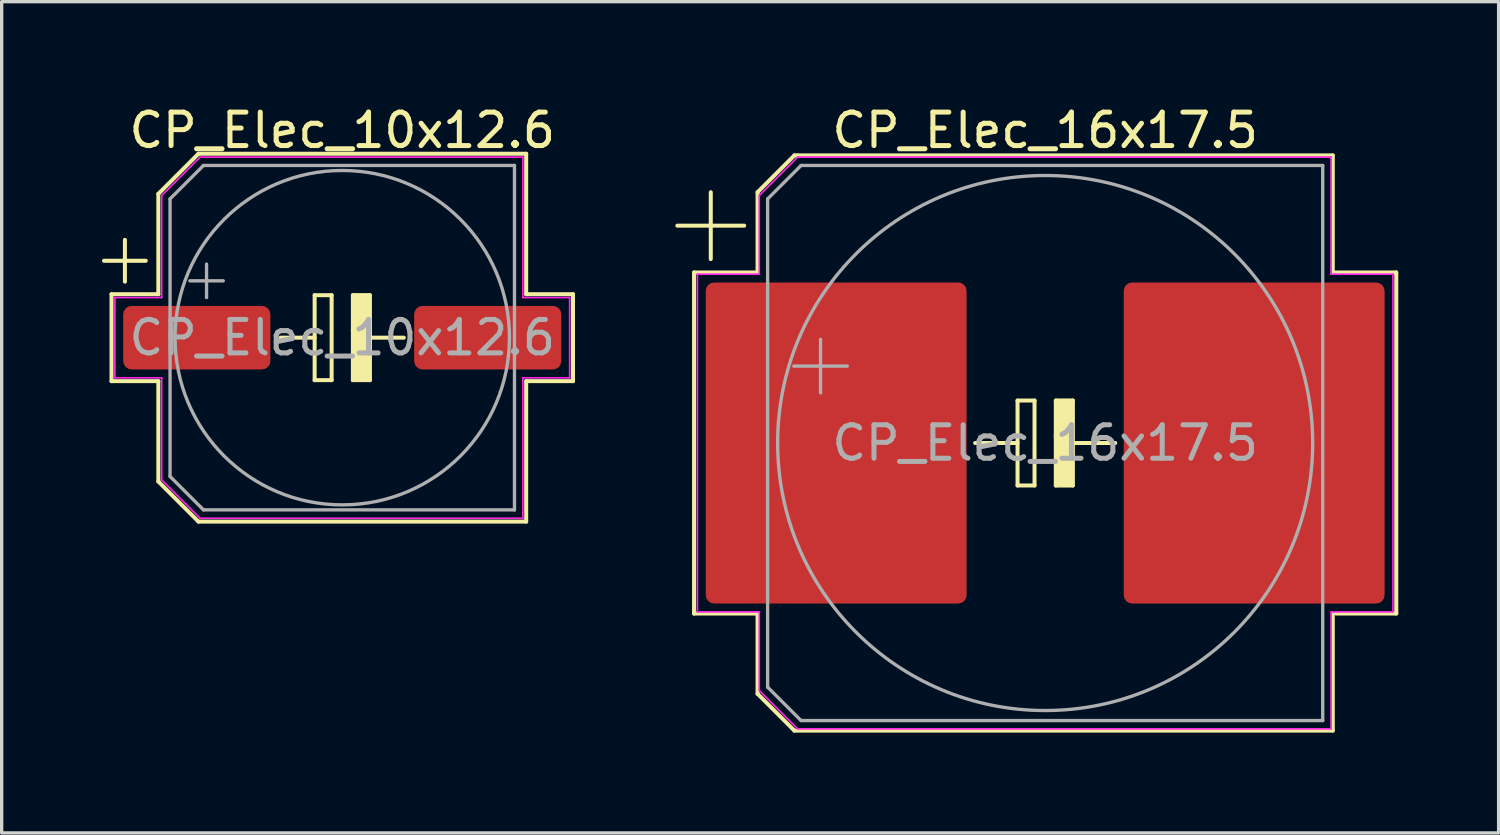
<source format=kicad_pcb>
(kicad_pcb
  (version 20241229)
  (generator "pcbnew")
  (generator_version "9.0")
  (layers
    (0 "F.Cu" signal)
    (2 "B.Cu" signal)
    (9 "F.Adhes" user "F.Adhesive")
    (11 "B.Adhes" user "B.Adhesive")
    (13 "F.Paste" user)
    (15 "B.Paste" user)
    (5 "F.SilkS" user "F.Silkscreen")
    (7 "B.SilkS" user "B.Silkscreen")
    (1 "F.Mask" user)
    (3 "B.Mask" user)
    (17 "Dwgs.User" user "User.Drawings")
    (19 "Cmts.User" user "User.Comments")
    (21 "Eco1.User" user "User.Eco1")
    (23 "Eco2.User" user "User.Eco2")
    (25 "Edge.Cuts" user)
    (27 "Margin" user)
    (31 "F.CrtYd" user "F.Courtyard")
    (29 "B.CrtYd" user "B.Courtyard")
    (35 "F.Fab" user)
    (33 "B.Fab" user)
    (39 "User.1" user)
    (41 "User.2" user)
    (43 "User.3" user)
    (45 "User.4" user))
  (footprint "CP_Elec_16x17.5"
    (layer "F.Cu")
    (at 28.205 10.198)
    (property "Reference" "CP_Elec_16x17.5" (at 0 -9.35 0) (layer "F.SilkS") (effects (font (size 1 1) (thickness 0.15))))
    (attr smd)
    (fp_line (start -11 -6.5) (end -9 -6.5) (stroke (width 0.12) (type solid)) (layer "F.SilkS"))
    (fp_line (start -10.5 -5.1) (end -10.5 5.1) (stroke (width 0.12) (type solid)) (layer "F.SilkS"))
    (fp_line (start -10.5 5.1) (end -8.6 5.1) (stroke (width 0.12) (type solid)) (layer "F.SilkS"))
    (fp_line (start -10 -7.5) (end -10 -5.5) (stroke (width 0.12) (type solid)) (layer "F.SilkS"))
    (fp_line (start -8.6 -7.5) (end -8.6 -5.1) (stroke (width 0.12) (type solid)) (layer "F.SilkS"))
    (fp_line (start -8.6 -5.1) (end -10.5 -5.1) (stroke (width 0.12) (type solid)) (layer "F.SilkS"))
    (fp_line (start -8.6 5.1) (end -8.6 7.5) (stroke (width 0.12) (type solid)) (layer "F.SilkS"))
    (fp_line (start -8.6 7.5) (end -7.5 8.6) (stroke (width 0.12) (type solid)) (layer "F.SilkS"))
    (fp_line (start -7.5 -8.6) (end -8.6 -7.5) (stroke (width 0.12) (type solid)) (layer "F.SilkS"))
    (fp_line (start -7.5 8.6) (end 8.6 8.6) (stroke (width 0.12) (type solid)) (layer "F.SilkS"))
    (fp_line (start -7.4 -8.6) (end -7.5 -8.6) (stroke (width 0.12) (type solid)) (layer "F.SilkS"))
    (fp_line (start -2.095 0) (end -0.826 0) (stroke (width 0.12) (type solid)) (layer "F.SilkS"))
    (fp_line (start -0.826 1.27) (end -0.826 -1.27) (stroke (width 0.12) (type solid)) (layer "F.SilkS"))
    (fp_line (start -0.318 -1.27) (end -0.826 -1.27) (stroke (width 0.12) (type solid)) (layer "F.SilkS"))
    (fp_line (start -0.318 -1.27) (end -0.318 1.27) (stroke (width 0.12) (type solid)) (layer "F.SilkS"))
    (fp_line (start -0.318 1.27) (end -0.826 1.27) (stroke (width 0.12) (type solid)) (layer "F.SilkS"))
    (fp_line (start 0.318 -1.27) (end 0.318 -0.191) (stroke (width 0.12) (type solid)) (layer "F.SilkS"))
    (fp_line (start 0.318 -0.254) (end 0.318 1.27) (stroke (width 0.12) (type solid)) (layer "F.SilkS"))
    (fp_line (start 0.318 1.27) (end 0.826 1.27) (stroke (width 0.12) (type solid)) (layer "F.SilkS"))
    (fp_line (start 0.826 -1.27) (end 0.318 -1.27) (stroke (width 0.12) (type solid)) (layer "F.SilkS"))
    (fp_line (start 0.826 0) (end 2.095 0) (stroke (width 0.12) (type solid)) (layer "F.SilkS"))
    (fp_line (start 0.826 1.27) (end 0.826 -1.27) (stroke (width 0.12) (type solid)) (layer "F.SilkS"))
    (fp_line (start 8.6 -8.6) (end -7.4 -8.6) (stroke (width 0.12) (type solid)) (layer "F.SilkS"))
    (fp_line (start 8.6 -5.1) (end 8.6 -8.6) (stroke (width 0.12) (type solid)) (layer "F.SilkS"))
    (fp_line (start 8.6 8.6) (end 8.6 5.1) (stroke (width 0.12) (type solid)) (layer "F.SilkS"))
    (fp_line (start 8.7 5.1) (end 10.5 5.1) (stroke (width 0.12) (type solid)) (layer "F.SilkS"))
    (fp_line (start 10.5 -5.1) (end 8.6 -5.1) (stroke (width 0.12) (type solid)) (layer "F.SilkS"))
    (fp_line (start 10.5 5.1) (end 10.5 -5.1) (stroke (width 0.12) (type solid)) (layer "F.SilkS"))
    (fp_poly (pts (xy 0.826 1.27) (xy 0.318 1.27) (xy 0.318 -1.27) (xy 0.826 -1.27)) (stroke (width 0.1) (type solid)) (fill yes) (layer "F.SilkS"))
    (fp_line (start -10.4 -5.05) (end -10.4 5.05) (stroke (width 0.05) (type solid)) (layer "F.CrtYd"))
    (fp_line (start -10.4 5.05) (end -8.55 5.05) (stroke (width 0.05) (type solid)) (layer "F.CrtYd"))
    (fp_line (start -8.55 -7.4) (end -8.55 -5.05) (stroke (width 0.05) (type solid)) (layer "F.CrtYd"))
    (fp_line (start -8.55 -7.4) (end -7.4 -8.55) (stroke (width 0.05) (type solid)) (layer "F.CrtYd"))
    (fp_line (start -8.55 -5.05) (end -10.4 -5.05) (stroke (width 0.05) (type solid)) (layer "F.CrtYd"))
    (fp_line (start -8.55 5.05) (end -8.55 7.4) (stroke (width 0.05) (type solid)) (layer "F.CrtYd"))
    (fp_line (start -8.55 7.4) (end -7.4 8.55) (stroke (width 0.05) (type solid)) (layer "F.CrtYd"))
    (fp_line (start -7.4 -8.55) (end 8.55 -8.55) (stroke (width 0.05) (type solid)) (layer "F.CrtYd"))
    (fp_line (start -7.4 8.55) (end 8.55 8.55) (stroke (width 0.05) (type solid)) (layer "F.CrtYd"))
    (fp_line (start 8.55 -8.55) (end 8.55 -5.05) (stroke (width 0.05) (type solid)) (layer "F.CrtYd"))
    (fp_line (start 8.55 -5.05) (end 10.4 -5.05) (stroke (width 0.05) (type solid)) (layer "F.CrtYd"))
    (fp_line (start 8.55 5.05) (end 8.55 8.55) (stroke (width 0.05) (type solid)) (layer "F.CrtYd"))
    (fp_line (start 10.4 -5.05) (end 10.4 5.05) (stroke (width 0.05) (type solid)) (layer "F.CrtYd"))
    (fp_line (start 10.4 5.05) (end 8.55 5.05) (stroke (width 0.05) (type solid)) (layer "F.CrtYd"))
    (fp_line (start -8.3 -7.3) (end -8.3 7.3) (stroke (width 0.1) (type solid)) (layer "F.Fab"))
    (fp_line (start -8.3 -7.3) (end -7.3 -8.3) (stroke (width 0.1) (type solid)) (layer "F.Fab"))
    (fp_line (start -8.3 7.3) (end -7.3 8.3) (stroke (width 0.1) (type solid)) (layer "F.Fab"))
    (fp_line (start -7.517 -2.3) (end -5.917 -2.3) (stroke (width 0.1) (type solid)) (layer "F.Fab"))
    (fp_line (start -7.3 -8.3) (end 8.3 -8.3) (stroke (width 0.1) (type solid)) (layer "F.Fab"))
    (fp_line (start -7.3 8.3) (end 8.3 8.3) (stroke (width 0.1) (type solid)) (layer "F.Fab"))
    (fp_line (start -6.717 -3.1) (end -6.717 -1.5) (stroke (width 0.1) (type solid)) (layer "F.Fab"))
    (fp_line (start 8.3 -8.3) (end 8.3 8.3) (stroke (width 0.1) (type solid)) (layer "F.Fab"))
    (fp_circle (center 0 0) (end 8 0) (stroke (width 0.1) (type solid)) (fill no) (layer "F.Fab"))
    (fp_text user "${REFERENCE}" (at 0 0 0) (layer "F.Fab") (effects (font (size 1 1) (thickness 0.15))))
    (pad "1" smd roundrect (at -6.25 0) (size 7.8 9.6) (layers "F.Cu" "F.Mask" "F.Paste") (roundrect_rratio 0.032))
    (pad "2" smd roundrect (at 6.25 0) (size 7.8 9.6) (layers "F.Cu" "F.Mask" "F.Paste") (roundrect_rratio 0.032)))
  (footprint "CP_Elec_10x12.6"
    (layer "F.Cu")
    (at 7.185 7.048)
    (property "Reference" "CP_Elec_10x12.6" (at 0 -6.2 0) (layer "F.SilkS") (effects (font (size 1 1) (thickness 0.15))))
    (attr smd)
    (fp_line (start -7.125 -2.3) (end -5.875 -2.3) (stroke (width 0.12) (type solid)) (layer "F.SilkS"))
    (fp_line (start -6.9 -1.3) (end -6.9 1.3) (stroke (width 0.12) (type solid)) (layer "F.SilkS"))
    (fp_line (start -6.9 1.3) (end -5.5 1.3) (stroke (width 0.12) (type solid)) (layer "F.SilkS"))
    (fp_line (start -6.5 -2.925) (end -6.5 -1.675) (stroke (width 0.12) (type solid)) (layer "F.SilkS"))
    (fp_line (start -5.5 -4.3) (end -5.5 -1.3) (stroke (width 0.12) (type solid)) (layer "F.SilkS"))
    (fp_line (start -5.5 -1.3) (end -6.9 -1.3) (stroke (width 0.12) (type solid)) (layer "F.SilkS"))
    (fp_line (start -5.5 1.3) (end -5.5 4.3) (stroke (width 0.12) (type solid)) (layer "F.SilkS"))
    (fp_line (start -5.5 4.3) (end -4.3 5.5) (stroke (width 0.12) (type solid)) (layer "F.SilkS"))
    (fp_line (start -4.3 -5.5) (end -5.5 -4.3) (stroke (width 0.12) (type solid)) (layer "F.SilkS"))
    (fp_line (start -4.3 5.5) (end 5.5 5.5) (stroke (width 0.12) (type solid)) (layer "F.SilkS"))
    (fp_line (start -1.841 0) (end -0.826 0) (stroke (width 0.12) (type solid)) (layer "F.SilkS"))
    (fp_line (start -0.826 1.27) (end -0.826 -1.27) (stroke (width 0.12) (type solid)) (layer "F.SilkS"))
    (fp_line (start -0.318 -1.27) (end -0.826 -1.27) (stroke (width 0.12) (type solid)) (layer "F.SilkS"))
    (fp_line (start -0.318 -1.27) (end -0.318 1.27) (stroke (width 0.12) (type solid)) (layer "F.SilkS"))
    (fp_line (start -0.318 1.27) (end -0.826 1.27) (stroke (width 0.12) (type solid)) (layer "F.SilkS"))
    (fp_line (start 0.318 -1.27) (end 0.318 -0.191) (stroke (width 0.12) (type solid)) (layer "F.SilkS"))
    (fp_line (start 0.318 -0.254) (end 0.318 1.27) (stroke (width 0.12) (type solid)) (layer "F.SilkS"))
    (fp_line (start 0.318 1.27) (end 0.826 1.27) (stroke (width 0.12) (type solid)) (layer "F.SilkS"))
    (fp_line (start 0.826 -1.27) (end 0.318 -1.27) (stroke (width 0.12) (type solid)) (layer "F.SilkS"))
    (fp_line (start 0.826 0) (end 1.841 0) (stroke (width 0.12) (type solid)) (layer "F.SilkS"))
    (fp_line (start 0.826 1.27) (end 0.826 -1.27) (stroke (width 0.12) (type solid)) (layer "F.SilkS"))
    (fp_line (start 5.5 -5.5) (end -4.3 -5.5) (stroke (width 0.12) (type solid)) (layer "F.SilkS"))
    (fp_line (start 5.5 -1.3) (end 5.5 -5.5) (stroke (width 0.12) (type solid)) (layer "F.SilkS"))
    (fp_line (start 5.5 1.3) (end 6.9 1.3) (stroke (width 0.12) (type solid)) (layer "F.SilkS"))
    (fp_line (start 5.5 5.5) (end 5.5 1.3) (stroke (width 0.12) (type solid)) (layer "F.SilkS"))
    (fp_line (start 6.9 -1.3) (end 5.5 -1.3) (stroke (width 0.12) (type solid)) (layer "F.SilkS"))
    (fp_line (start 6.9 1.3) (end 6.9 -1.3) (stroke (width 0.12) (type solid)) (layer "F.SilkS"))
    (fp_poly (pts (xy 0.826 1.27) (xy 0.318 1.27) (xy 0.318 -1.27) (xy 0.826 -1.27)) (stroke (width 0.1) (type solid)) (fill yes) (layer "F.SilkS"))
    (fp_line (start -6.8 -1.2) (end -6.8 1.2) (stroke (width 0.05) (type solid)) (layer "F.CrtYd"))
    (fp_line (start -6.8 1.2) (end -5.4 1.2) (stroke (width 0.05) (type solid)) (layer "F.CrtYd"))
    (fp_line (start -5.4 -4.25) (end -5.4 -1.2) (stroke (width 0.05) (type solid)) (layer "F.CrtYd"))
    (fp_line (start -5.4 -4.25) (end -4.25 -5.4) (stroke (width 0.05) (type solid)) (layer "F.CrtYd"))
    (fp_line (start -5.4 -1.2) (end -6.8 -1.2) (stroke (width 0.05) (type solid)) (layer "F.CrtYd"))
    (fp_line (start -5.4 1.2) (end -5.4 4.25) (stroke (width 0.05) (type solid)) (layer "F.CrtYd"))
    (fp_line (start -5.4 4.25) (end -4.25 5.4) (stroke (width 0.05) (type solid)) (layer "F.CrtYd"))
    (fp_line (start -4.25 -5.4) (end 5.4 -5.4) (stroke (width 0.05) (type solid)) (layer "F.CrtYd"))
    (fp_line (start -4.25 5.4) (end 5.4 5.4) (stroke (width 0.05) (type solid)) (layer "F.CrtYd"))
    (fp_line (start 5.4 -5.4) (end 5.4 -1.2) (stroke (width 0.05) (type solid)) (layer "F.CrtYd"))
    (fp_line (start 5.4 -1.2) (end 6.8 -1.2) (stroke (width 0.05) (type solid)) (layer "F.CrtYd"))
    (fp_line (start 5.4 1.2) (end 5.4 5.4) (stroke (width 0.05) (type solid)) (layer "F.CrtYd"))
    (fp_line (start 6.8 -1.2) (end 6.8 1.2) (stroke (width 0.05) (type solid)) (layer "F.CrtYd"))
    (fp_line (start 6.8 1.2) (end 5.4 1.2) (stroke (width 0.05) (type solid)) (layer "F.CrtYd"))
    (fp_line (start -5.15 -4.15) (end -5.15 4.15) (stroke (width 0.1) (type solid)) (layer "F.Fab"))
    (fp_line (start -5.15 -4.15) (end -4.15 -5.15) (stroke (width 0.1) (type solid)) (layer "F.Fab"))
    (fp_line (start -5.15 4.15) (end -4.15 5.15) (stroke (width 0.1) (type solid)) (layer "F.Fab"))
    (fp_line (start -4.558 -1.7) (end -3.558 -1.7) (stroke (width 0.1) (type solid)) (layer "F.Fab"))
    (fp_line (start -4.15 -5.15) (end 5.15 -5.15) (stroke (width 0.1) (type solid)) (layer "F.Fab"))
    (fp_line (start -4.15 5.15) (end 5.15 5.15) (stroke (width 0.1) (type solid)) (layer "F.Fab"))
    (fp_line (start -4.058 -2.2) (end -4.058 -1.2) (stroke (width 0.1) (type solid)) (layer "F.Fab"))
    (fp_line (start 5.15 -5.15) (end 5.15 5.15) (stroke (width 0.1) (type solid)) (layer "F.Fab"))
    (fp_circle (center 0 0) (end 5 0) (stroke (width 0.1) (type solid)) (fill no) (layer "F.Fab"))
    (fp_text user "${REFERENCE}" (at 0 0 0) (layer "F.Fab") (effects (font (size 1 1) (thickness 0.15))))
    (pad "1" smd roundrect (at -4.35 0) (size 4.4 1.9) (layers "F.Cu" "F.Mask" "F.Paste") (roundrect_rratio 0.132))
    (pad "2" smd roundrect (at 4.35 0) (size 4.4 1.9) (layers "F.Cu" "F.Mask" "F.Paste") (roundrect_rratio 0.132)))
  (gr_rect
    (start -3 -3)
    (end 41.765 21.858)
    (stroke (width 0.1) (type default))
    (fill no)
    (layer "Edge.Cuts")))
</source>
